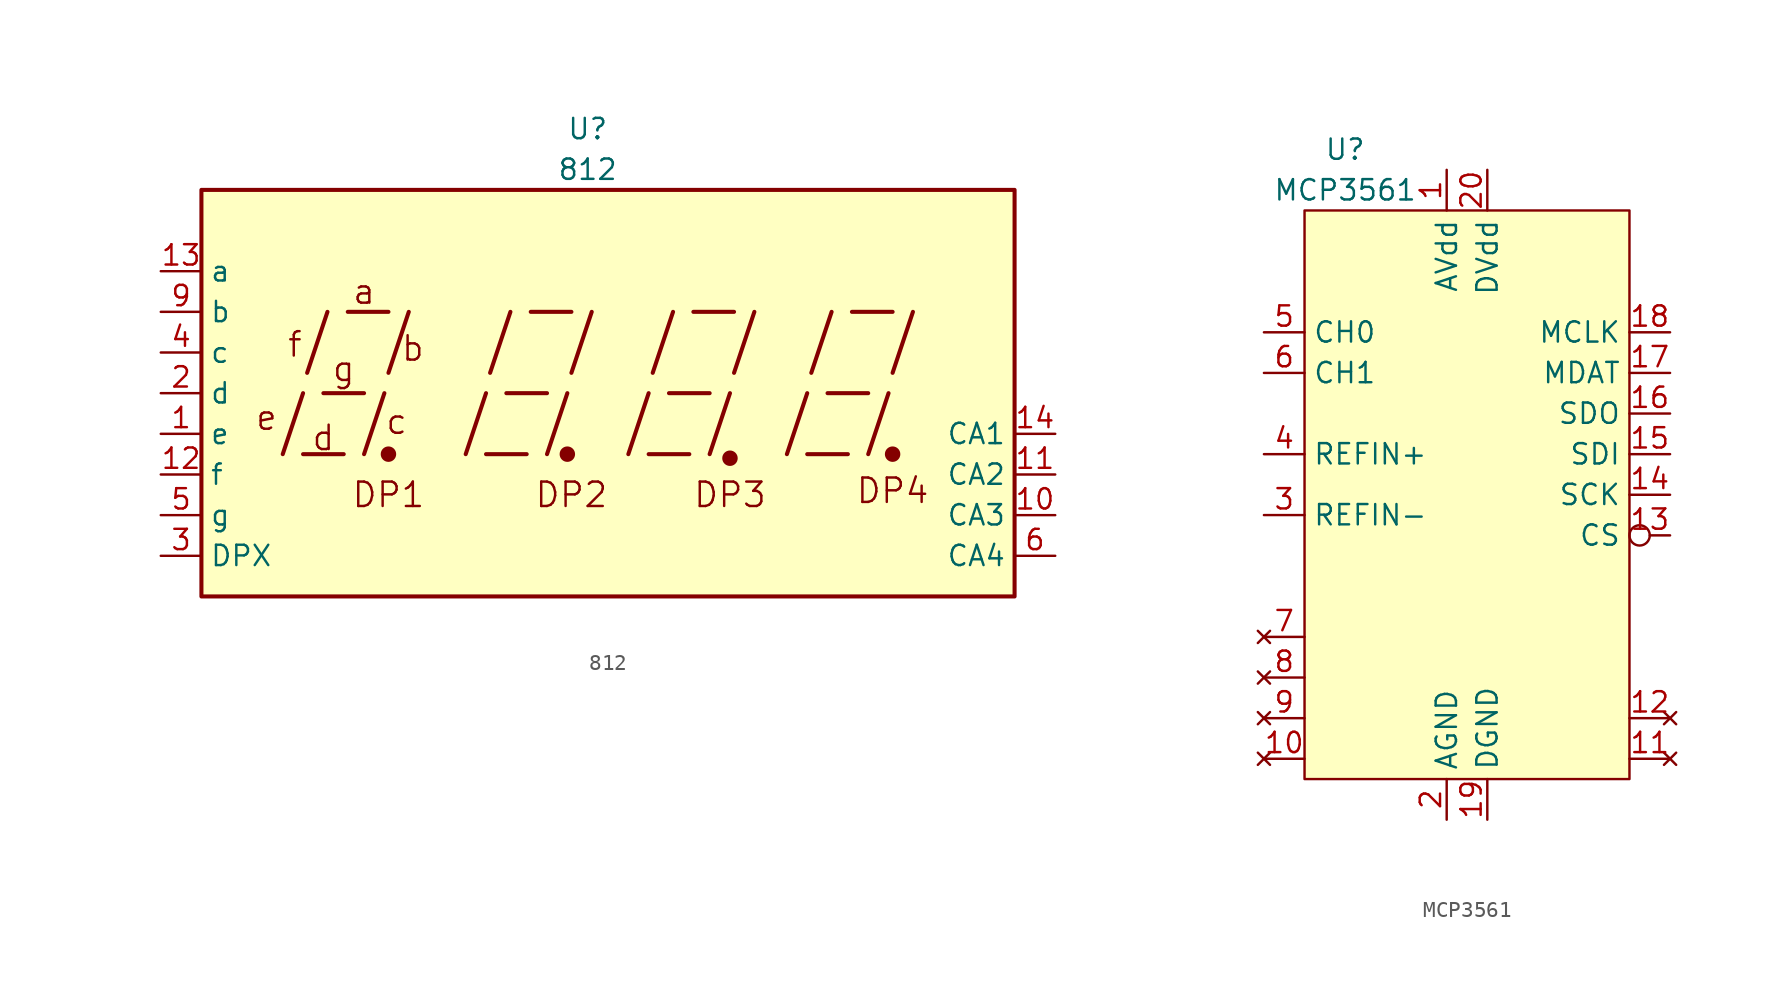
<source format=kicad_sym>
(kicad_symbol_lib
  (version 20220914)
  (generator kicad_symbol_editor)
  (symbol "812"
    (property "Reference" "U"
      (at 0 16.51 0)
      (effects (font (size 1.27 1.27))))
    (property "Value" "812"
      (at 0 13.97 0)
      (effects (font (size 1.27 1.27))))
    (symbol "812_0_0"
      (rectangle (start -24.13 12.7) (end 26.67 -12.7) (stroke (width 0.254) (type default)) (fill (type background)))
      (polyline (pts (xy -19.05 -3.81) (xy -17.78 0)) (stroke (width 0.254) (type default)) (fill (type none)))
      (polyline (pts (xy -17.78 -3.81) (xy -15.24 -3.81)) (stroke (width 0.254) (type default)) (fill (type none)))
      (polyline (pts (xy -17.526 1.27) (xy -16.256 5.08)) (stroke (width 0.254) (type default)) (fill (type none)))
      (polyline (pts (xy -16.51 0) (xy -13.97 0)) (stroke (width 0.254) (type default)) (fill (type none)))
      (polyline (pts (xy -14.986 5.08) (xy -12.446 5.08)) (stroke (width 0.254) (type default)) (fill (type none)))
      (polyline (pts (xy -13.97 -3.81) (xy -12.7 0)) (stroke (width 0.254) (type default)) (fill (type none)))
      (polyline (pts (xy -12.446 1.27) (xy -11.176 5.08)) (stroke (width 0.254) (type default)) (fill (type none)))
      (polyline (pts (xy -7.62 -3.81) (xy -6.35 0)) (stroke (width 0.254) (type default)) (fill (type none)))
      (polyline (pts (xy -6.35 -3.81) (xy -3.81 -3.81)) (stroke (width 0.254) (type default)) (fill (type none)))
      (polyline (pts (xy -6.096 1.27) (xy -4.826 5.08)) (stroke (width 0.254) (type default)) (fill (type none)))
      (polyline (pts (xy -5.08 0) (xy -2.54 0)) (stroke (width 0.254) (type default)) (fill (type none)))
      (polyline (pts (xy -3.556 5.08) (xy -1.016 5.08)) (stroke (width 0.254) (type default)) (fill (type none)))
      (polyline (pts (xy -2.54 -3.81) (xy -1.27 0)) (stroke (width 0.254) (type default)) (fill (type none)))
      (polyline (pts (xy -1.016 1.27) (xy 0.254 5.08)) (stroke (width 0.254) (type default)) (fill (type none)))
      (polyline (pts (xy 2.54 -3.81) (xy 3.81 0)) (stroke (width 0.254) (type default)) (fill (type none)))
      (polyline (pts (xy 3.81 -3.81) (xy 6.35 -3.81)) (stroke (width 0.254) (type default)) (fill (type none)))
      (polyline (pts (xy 4.064 1.27) (xy 5.334 5.08)) (stroke (width 0.254) (type default)) (fill (type none)))
      (polyline (pts (xy 5.08 0) (xy 7.62 0)) (stroke (width 0.254) (type default)) (fill (type none)))
      (polyline (pts (xy 6.604 5.08) (xy 9.144 5.08)) (stroke (width 0.254) (type default)) (fill (type none)))
      (polyline (pts (xy 7.62 -3.81) (xy 8.89 0)) (stroke (width 0.254) (type default)) (fill (type none)))
      (polyline (pts (xy 9.144 1.27) (xy 10.414 5.08)) (stroke (width 0.254) (type default)) (fill (type none)))
      (polyline (pts (xy 12.446 -3.81) (xy 13.716 0)) (stroke (width 0.254) (type default)) (fill (type none)))
      (polyline (pts (xy 13.716 -3.81) (xy 16.256 -3.81)) (stroke (width 0.254) (type default)) (fill (type none)))
      (polyline (pts (xy 13.97 1.27) (xy 15.24 5.08)) (stroke (width 0.254) (type default)) (fill (type none)))
      (polyline (pts (xy 14.986 0) (xy 17.526 0)) (stroke (width 0.254) (type default)) (fill (type none)))
      (polyline (pts (xy 16.51 5.08) (xy 19.05 5.08)) (stroke (width 0.254) (type default)) (fill (type none)))
      (polyline (pts (xy 17.526 -3.81) (xy 18.796 0)) (stroke (width 0.254) (type default)) (fill (type none)))
      (polyline (pts (xy 19.05 1.27) (xy 20.32 5.08)) (stroke (width 0.254) (type default)) (fill (type none)))
      (text "a" (at -13.97 6.35 0) (effects (font (size 1.524 1.524))))
      (text "b" (at -10.922 2.794 0) (effects (font (size 1.524 1.524))))
      (text "c" (at -11.938 -1.778 0) (effects (font (size 1.524 1.524))))
      (text "d" (at -16.51 -2.794 0) (effects (font (size 1.524 1.524))))
      (text "DP1" (at -12.446 -6.35 0) (effects (font (size 1.524 1.524))))
      (text "DP2" (at -1.016 -6.35 0) (effects (font (size 1.524 1.524))))
      (text "DP3" (at 8.89 -6.35 0) (effects (font (size 1.524 1.524))))
      (text "DP4" (at 19.05 -6.096 0) (effects (font (size 1.524 1.524))))
      (text "e" (at -20.066 -1.524 0) (effects (font (size 1.524 1.524))))
      (text "f" (at -18.288 3.048 0) (effects (font (size 1.524 1.524))))
      (text "g" (at -15.24 1.524 0) (effects (font (size 1.524 1.524)))))
    (symbol "812_0_1"
      (circle (center -12.446 -3.81) (radius 0.356) (stroke (width 0.254) (type default)) (fill (type outline)))
      (circle (center -1.27 -3.81) (radius 0.356) (stroke (width 0.254) (type default)) (fill (type outline))))
    (symbol "812_1_0"
      (circle (center 8.89 -4.064) (radius 0.356) (stroke (width 0.254) (type default)) (fill (type outline)))
      (circle (center 19.05 -3.81) (radius 0.356) (stroke (width 0.254) (type default)) (fill (type outline))))
    (symbol "812_1_1"
      (pin input line (at -26.67 -2.54 0) (length 2.54) (name "e" (effects (font (size 1.27 1.27)))) (number "1" (effects (font (size 1.27 1.27)))))
      (pin input line (at 29.21 -7.62 180) (length 2.54) (name "CA3" (effects (font (size 1.27 1.27)))) (number "10" (effects (font (size 1.27 1.27)))))
      (pin input line (at 29.21 -5.08 180) (length 2.54) (name "CA2" (effects (font (size 1.27 1.27)))) (number "11" (effects (font (size 1.27 1.27)))))
      (pin input line (at -26.67 -5.08 0) (length 2.54) (name "f" (effects (font (size 1.27 1.27)))) (number "12" (effects (font (size 1.27 1.27)))))
      (pin input line (at -26.67 7.62 0) (length 2.54) (name "a" (effects (font (size 1.27 1.27)))) (number "13" (effects (font (size 1.27 1.27)))))
      (pin input line (at 29.21 -2.54 180) (length 2.54) (name "CA1" (effects (font (size 1.27 1.27)))) (number "14" (effects (font (size 1.27 1.27)))))
      (pin input line (at -26.67 0 0) (length 2.54) (name "d" (effects (font (size 1.27 1.27)))) (number "2" (effects (font (size 1.27 1.27)))))
      (pin input line (at -26.67 -10.16 0) (length 2.54) (name "DPX" (effects (font (size 1.27 1.27)))) (number "3" (effects (font (size 1.27 1.27)))))
      (pin input line (at -26.67 2.54 0) (length 2.54) (name "c" (effects (font (size 1.27 1.27)))) (number "4" (effects (font (size 1.27 1.27)))))
      (pin input line (at -26.67 -7.62 0) (length 2.54) (name "g" (effects (font (size 1.27 1.27)))) (number "5" (effects (font (size 1.27 1.27)))))
      (pin input line (at 29.21 -10.16 180) (length 2.54) (name "CA4" (effects (font (size 1.27 1.27)))) (number "6" (effects (font (size 1.27 1.27)))))
      (pin input line (at -26.67 5.08 0) (length 2.54) (name "b" (effects (font (size 1.27 1.27)))) (number "9" (effects (font (size 1.27 1.27)))))))
  (symbol "MCP3561"
    (property "Reference" "U"
      (at -7.62 20.32 0)
      (effects (font (size 1.27 1.27))))
    (property "Value" "MCP3561"
      (at -7.62 17.78 0)
      (effects (font (size 1.27 1.27))))
    (symbol "MCP3561_1_1"
      (rectangle (start -10.16 16.51) (end 10.16 -19.05) (stroke (width 0) (type default)) (fill (type background)))
      (pin input line (at -1.27 19.05 270) (length 2.54) (name "AVdd" (effects (font (size 1.27 1.27)))) (number "1" (effects (font (size 1.27 1.27)))))
      (pin no_connect line (at -12.7 -17.78 0) (length 2.54) (name "" (effects (font (size 1.27 1.27)))) (number "10" (effects (font (size 1.27 1.27)))))
      (pin no_connect line (at 12.7 -17.78 180) (length 2.54) (name "" (effects (font (size 1.27 1.27)))) (number "11" (effects (font (size 1.27 1.27)))))
      (pin no_connect line (at 12.7 -15.24 180) (length 2.54) (name "" (effects (font (size 1.27 1.27)))) (number "12" (effects (font (size 1.27 1.27)))))
      (pin input inverted (at 12.7 -3.81 180) (length 2.54) (name "CS" (effects (font (size 1.27 1.27)))) (number "13" (effects (font (size 1.27 1.27)))))
      (pin input line (at 12.7 -1.27 180) (length 2.54) (name "SCK" (effects (font (size 1.27 1.27)))) (number "14" (effects (font (size 1.27 1.27)))))
      (pin input line (at 12.7 1.27 180) (length 2.54) (name "SDI" (effects (font (size 1.27 1.27)))) (number "15" (effects (font (size 1.27 1.27)))))
      (pin input line (at 12.7 3.81 180) (length 2.54) (name "SDO" (effects (font (size 1.27 1.27)))) (number "16" (effects (font (size 1.27 1.27)))))
      (pin input line (at 12.7 6.35 180) (length 2.54) (name "MDAT" (effects (font (size 1.27 1.27)))) (number "17" (effects (font (size 1.27 1.27)))))
      (pin input line (at 12.7 8.89 180) (length 2.54) (name "MCLK" (effects (font (size 1.27 1.27)))) (number "18" (effects (font (size 1.27 1.27)))))
      (pin input line (at 1.27 -21.59 90) (length 2.54) (name "DGND" (effects (font (size 1.27 1.27)))) (number "19" (effects (font (size 1.27 1.27)))))
      (pin input line (at -1.27 -21.59 90) (length 2.54) (name "AGND" (effects (font (size 1.27 1.27)))) (number "2" (effects (font (size 1.27 1.27)))))
      (pin input line (at 1.27 19.05 270) (length 2.54) (name "DVdd" (effects (font (size 1.27 1.27)))) (number "20" (effects (font (size 1.27 1.27)))))
      (pin input line (at -12.7 -2.54 0) (length 2.54) (name "REFIN-" (effects (font (size 1.27 1.27)))) (number "3" (effects (font (size 1.27 1.27)))))
      (pin input line (at -12.7 1.27 0) (length 2.54) (name "REFIN+" (effects (font (size 1.27 1.27)))) (number "4" (effects (font (size 1.27 1.27)))))
      (pin input line (at -12.7 8.89 0) (length 2.54) (name "CH0" (effects (font (size 1.27 1.27)))) (number "5" (effects (font (size 1.27 1.27)))))
      (pin input line (at -12.7 6.35 0) (length 2.54) (name "CH1" (effects (font (size 1.27 1.27)))) (number "6" (effects (font (size 1.27 1.27)))))
      (pin no_connect line (at -12.7 -10.16 0) (length 2.54) (name "" (effects (font (size 1.27 1.27)))) (number "7" (effects (font (size 1.27 1.27)))))
      (pin no_connect line (at -12.7 -12.7 0) (length 2.54) (name "" (effects (font (size 1.27 1.27)))) (number "8" (effects (font (size 1.27 1.27)))))
      (pin no_connect line (at -12.7 -15.24 0) (length 2.54) (name "" (effects (font (size 1.27 1.27)))) (number "9" (effects (font (size 1.27 1.27))))))))
</source>
